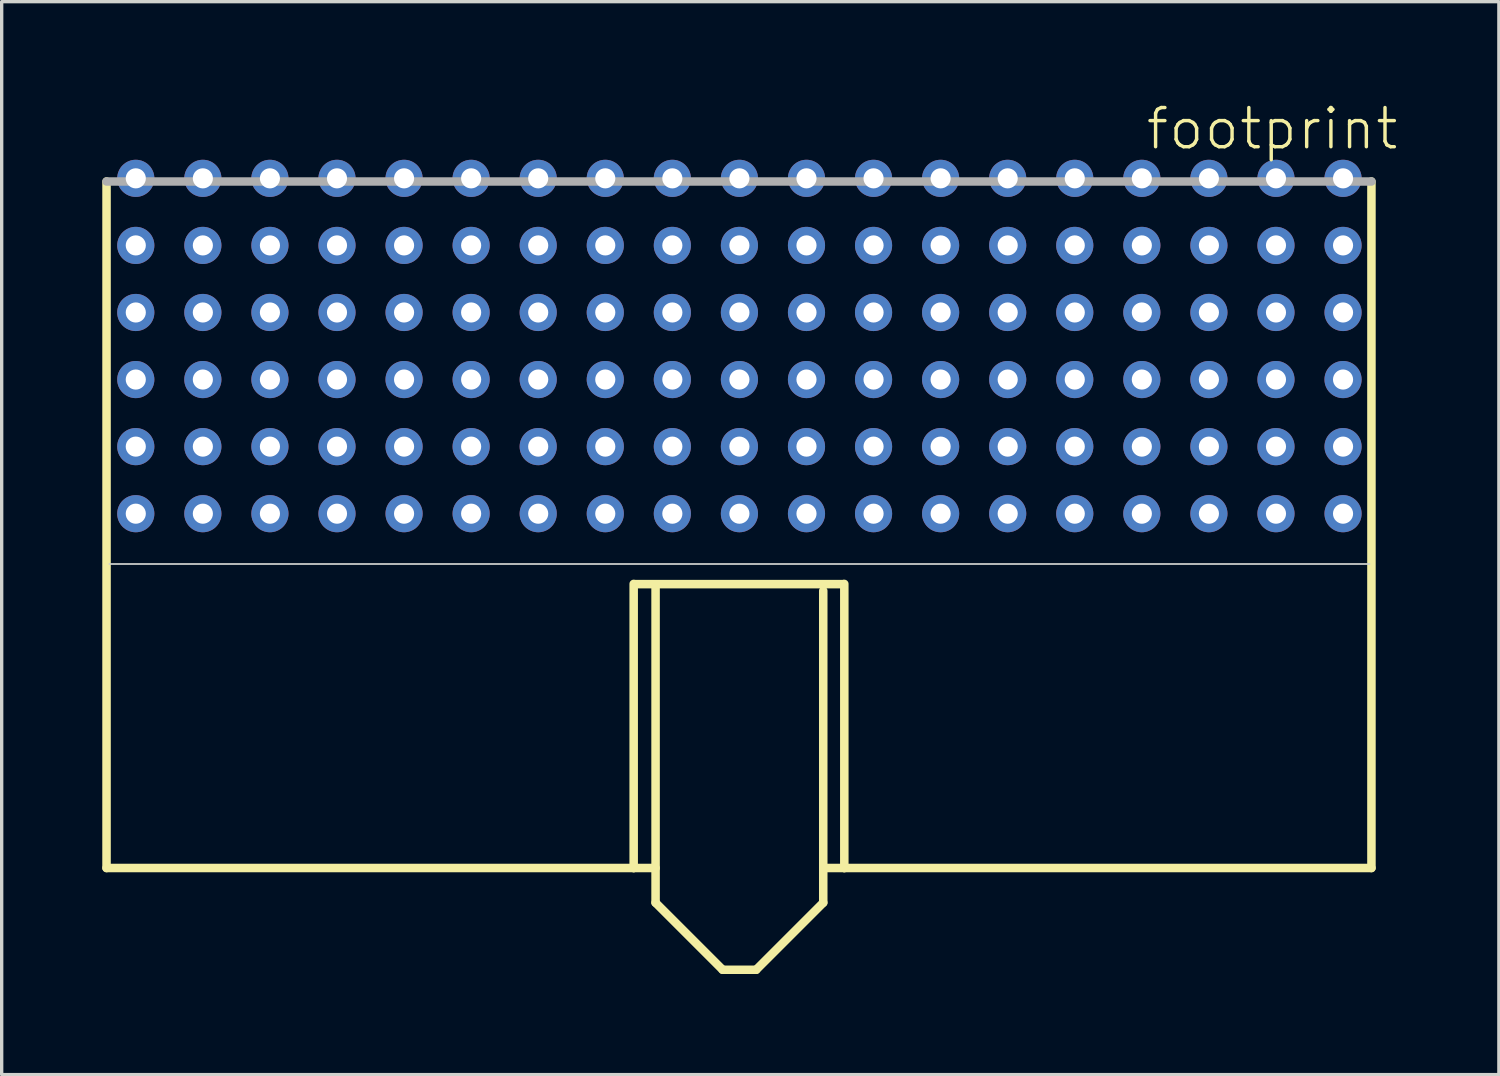
<source format=kicad_pcb>
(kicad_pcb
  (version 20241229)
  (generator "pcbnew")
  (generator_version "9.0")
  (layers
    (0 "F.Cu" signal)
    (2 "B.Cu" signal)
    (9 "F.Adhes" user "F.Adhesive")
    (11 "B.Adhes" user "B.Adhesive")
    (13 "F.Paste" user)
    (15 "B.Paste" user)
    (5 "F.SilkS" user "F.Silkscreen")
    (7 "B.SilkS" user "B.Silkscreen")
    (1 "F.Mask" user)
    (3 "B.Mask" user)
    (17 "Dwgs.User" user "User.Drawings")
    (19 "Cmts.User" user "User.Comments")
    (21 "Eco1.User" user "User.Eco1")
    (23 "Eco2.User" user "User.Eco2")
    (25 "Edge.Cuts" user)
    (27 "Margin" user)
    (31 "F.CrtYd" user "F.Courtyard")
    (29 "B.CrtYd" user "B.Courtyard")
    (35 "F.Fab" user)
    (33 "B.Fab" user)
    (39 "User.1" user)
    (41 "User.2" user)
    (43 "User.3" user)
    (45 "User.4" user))
  (footprint "footprint"
    (layer "F.Cu")
    (at 18.999 13.538)
    (property "Reference" "footprint" (at 12.065 -12.065 0) (layer "F.SilkS") (effects (font (size 1.168 1.168) (thickness 0.102)) (justify left bottom)))
    (fp_line (start -18.872 -11.176) (end -18.872 9.296) (stroke (width 0.254) (type solid)) (layer "F.SilkS"))
    (fp_line (start -18.872 9.296) (end -3.153 9.296) (stroke (width 0.254) (type solid)) (layer "F.SilkS"))
    (fp_line (start -3.153 9.296) (end -3.153 0.824) (stroke (width 0.254) (type solid)) (layer "F.SilkS"))
    (fp_line (start -3.153 9.296) (end -2.5 9.296) (stroke (width 0.254) (type solid)) (layer "F.SilkS"))
    (fp_line (start -3.1 0.83) (end 3.1 0.83) (stroke (width 0.254) (type solid)) (layer "F.SilkS"))
    (fp_line (start -2.5 10.33) (end -2.5 0.93) (stroke (width 0.254) (type solid)) (layer "F.SilkS"))
    (fp_line (start -2.5 10.33) (end -0.5 12.33) (stroke (width 0.254) (type solid)) (layer "F.SilkS"))
    (fp_line (start -0.5 12.33) (end 0.5 12.33) (stroke (width 0.254) (type solid)) (layer "F.SilkS"))
    (fp_line (start 0.5 12.33) (end 2.5 10.33) (stroke (width 0.254) (type solid)) (layer "F.SilkS"))
    (fp_line (start 2.5 9.296) (end 3.128 9.296) (stroke (width 0.254) (type solid)) (layer "F.SilkS"))
    (fp_line (start 2.5 10.33) (end 2.5 1.03) (stroke (width 0.254) (type solid)) (layer "F.SilkS"))
    (fp_line (start 3.128 0.824) (end 3.128 9.296) (stroke (width 0.254) (type solid)) (layer "F.SilkS"))
    (fp_line (start 3.128 9.296) (end 18.847 9.296) (stroke (width 0.254) (type solid)) (layer "F.SilkS"))
    (fp_line (start 18.847 9.296) (end 18.847 -11.176) (stroke (width 0.254) (type solid)) (layer "F.SilkS"))
    (fp_line (start -18.789 0.23) (end 18.789 0.23) (stroke (width 0.051) (type solid)) (layer "Edge.Cuts"))
    (fp_line (start 18.847 -11.176) (end -18.872 -11.176) (stroke (width 0.254) (type solid)) (layer "F.Fab"))
    (pad "A1" thru_hole circle (at 18 -1.27) (size 1.108 1.108) (drill 0.6) (layers "*.Cu" "*.Mask"))
    (pad "A2" thru_hole circle (at 16 -1.27) (size 1.108 1.108) (drill 0.6) (layers "*.Cu" "*.Mask"))
    (pad "A3" thru_hole circle (at 14 -1.27) (size 1.108 1.108) (drill 0.6) (layers "*.Cu" "*.Mask"))
    (pad "A4" thru_hole circle (at 12 -1.27) (size 1.108 1.108) (drill 0.6) (layers "*.Cu" "*.Mask"))
    (pad "A5" thru_hole circle (at 10 -1.27) (size 1.108 1.108) (drill 0.6) (layers "*.Cu" "*.Mask"))
    (pad "A6" thru_hole circle (at 8 -1.27) (size 1.108 1.108) (drill 0.6) (layers "*.Cu" "*.Mask"))
    (pad "A7" thru_hole circle (at 6 -1.27) (size 1.108 1.108) (drill 0.6) (layers "*.Cu" "*.Mask"))
    (pad "A8" thru_hole circle (at 4 -1.27) (size 1.108 1.108) (drill 0.6) (layers "*.Cu" "*.Mask"))
    (pad "A9" thru_hole circle (at 2 -1.27) (size 1.108 1.108) (drill 0.6) (layers "*.Cu" "*.Mask"))
    (pad "A10" thru_hole circle (at 0 -1.27) (size 1.108 1.108) (drill 0.6) (layers "*.Cu" "*.Mask"))
    (pad "A11" thru_hole circle (at -2 -1.27) (size 1.108 1.108) (drill 0.6) (layers "*.Cu" "*.Mask"))
    (pad "A12" thru_hole circle (at -4 -1.27) (size 1.108 1.108) (drill 0.6) (layers "*.Cu" "*.Mask"))
    (pad "A13" thru_hole circle (at -6 -1.27) (size 1.108 1.108) (drill 0.6) (layers "*.Cu" "*.Mask"))
    (pad "A14" thru_hole circle (at -8 -1.27) (size 1.108 1.108) (drill 0.6) (layers "*.Cu" "*.Mask"))
    (pad "A15" thru_hole circle (at -10 -1.27) (size 1.108 1.108) (drill 0.6) (layers "*.Cu" "*.Mask"))
    (pad "A16" thru_hole circle (at -12 -1.27) (size 1.108 1.108) (drill 0.6) (layers "*.Cu" "*.Mask"))
    (pad "A17" thru_hole circle (at -14 -1.27) (size 1.108 1.108) (drill 0.6) (layers "*.Cu" "*.Mask"))
    (pad "A18" thru_hole circle (at -16 -1.27) (size 1.108 1.108) (drill 0.6) (layers "*.Cu" "*.Mask"))
    (pad "A19" thru_hole circle (at -18 -1.27) (size 1.108 1.108) (drill 0.6) (layers "*.Cu" "*.Mask"))
    (pad "B1" thru_hole circle (at 18 -3.27) (size 1.108 1.108) (drill 0.6) (layers "*.Cu" "*.Mask"))
    (pad "B2" thru_hole circle (at 16 -3.27) (size 1.108 1.108) (drill 0.6) (layers "*.Cu" "*.Mask"))
    (pad "B3" thru_hole circle (at 14 -3.27) (size 1.108 1.108) (drill 0.6) (layers "*.Cu" "*.Mask"))
    (pad "B4" thru_hole circle (at 12 -3.27) (size 1.108 1.108) (drill 0.6) (layers "*.Cu" "*.Mask"))
    (pad "B5" thru_hole circle (at 10 -3.27) (size 1.108 1.108) (drill 0.6) (layers "*.Cu" "*.Mask"))
    (pad "B6" thru_hole circle (at 8 -3.27) (size 1.108 1.108) (drill 0.6) (layers "*.Cu" "*.Mask"))
    (pad "B7" thru_hole circle (at 6 -3.27) (size 1.108 1.108) (drill 0.6) (layers "*.Cu" "*.Mask"))
    (pad "B8" thru_hole circle (at 4 -3.27) (size 1.108 1.108) (drill 0.6) (layers "*.Cu" "*.Mask"))
    (pad "B9" thru_hole circle (at 2 -3.27) (size 1.108 1.108) (drill 0.6) (layers "*.Cu" "*.Mask"))
    (pad "B10" thru_hole circle (at 0 -3.27) (size 1.108 1.108) (drill 0.6) (layers "*.Cu" "*.Mask"))
    (pad "B11" thru_hole circle (at -2 -3.27) (size 1.108 1.108) (drill 0.6) (layers "*.Cu" "*.Mask"))
    (pad "B12" thru_hole circle (at -4 -3.27) (size 1.108 1.108) (drill 0.6) (layers "*.Cu" "*.Mask"))
    (pad "B13" thru_hole circle (at -6 -3.27) (size 1.108 1.108) (drill 0.6) (layers "*.Cu" "*.Mask"))
    (pad "B14" thru_hole circle (at -8 -3.27) (size 1.108 1.108) (drill 0.6) (layers "*.Cu" "*.Mask"))
    (pad "B15" thru_hole circle (at -10 -3.27) (size 1.108 1.108) (drill 0.6) (layers "*.Cu" "*.Mask"))
    (pad "B16" thru_hole circle (at -12 -3.27) (size 1.108 1.108) (drill 0.6) (layers "*.Cu" "*.Mask"))
    (pad "B17" thru_hole circle (at -14 -3.27) (size 1.108 1.108) (drill 0.6) (layers "*.Cu" "*.Mask"))
    (pad "B18" thru_hole circle (at -16 -3.27) (size 1.108 1.108) (drill 0.6) (layers "*.Cu" "*.Mask"))
    (pad "B19" thru_hole circle (at -18 -3.27) (size 1.108 1.108) (drill 0.6) (layers "*.Cu" "*.Mask"))
    (pad "C1" thru_hole circle (at 18 -5.27) (size 1.108 1.108) (drill 0.6) (layers "*.Cu" "*.Mask"))
    (pad "C2" thru_hole circle (at 16 -5.27) (size 1.108 1.108) (drill 0.6) (layers "*.Cu" "*.Mask"))
    (pad "C3" thru_hole circle (at 14 -5.27) (size 1.108 1.108) (drill 0.6) (layers "*.Cu" "*.Mask"))
    (pad "C4" thru_hole circle (at 12 -5.27) (size 1.108 1.108) (drill 0.6) (layers "*.Cu" "*.Mask"))
    (pad "C5" thru_hole circle (at 10 -5.27) (size 1.108 1.108) (drill 0.6) (layers "*.Cu" "*.Mask"))
    (pad "C6" thru_hole circle (at 8 -5.27) (size 1.108 1.108) (drill 0.6) (layers "*.Cu" "*.Mask"))
    (pad "C7" thru_hole circle (at 6 -5.27) (size 1.108 1.108) (drill 0.6) (layers "*.Cu" "*.Mask"))
    (pad "C8" thru_hole circle (at 4 -5.27) (size 1.108 1.108) (drill 0.6) (layers "*.Cu" "*.Mask"))
    (pad "C9" thru_hole circle (at 2 -5.27) (size 1.108 1.108) (drill 0.6) (layers "*.Cu" "*.Mask"))
    (pad "C10" thru_hole circle (at 0 -5.27) (size 1.108 1.108) (drill 0.6) (layers "*.Cu" "*.Mask"))
    (pad "C11" thru_hole circle (at -2 -5.27) (size 1.108 1.108) (drill 0.6) (layers "*.Cu" "*.Mask"))
    (pad "C12" thru_hole circle (at -4 -5.27) (size 1.108 1.108) (drill 0.6) (layers "*.Cu" "*.Mask"))
    (pad "C13" thru_hole circle (at -6 -5.27) (size 1.108 1.108) (drill 0.6) (layers "*.Cu" "*.Mask"))
    (pad "C14" thru_hole circle (at -8 -5.27) (size 1.108 1.108) (drill 0.6) (layers "*.Cu" "*.Mask"))
    (pad "C15" thru_hole circle (at -10 -5.27) (size 1.108 1.108) (drill 0.6) (layers "*.Cu" "*.Mask"))
    (pad "C16" thru_hole circle (at -12 -5.27) (size 1.108 1.108) (drill 0.6) (layers "*.Cu" "*.Mask"))
    (pad "C17" thru_hole circle (at -14 -5.27) (size 1.108 1.108) (drill 0.6) (layers "*.Cu" "*.Mask"))
    (pad "C18" thru_hole circle (at -16 -5.27) (size 1.108 1.108) (drill 0.6) (layers "*.Cu" "*.Mask"))
    (pad "C19" thru_hole circle (at -18 -5.27) (size 1.108 1.108) (drill 0.6) (layers "*.Cu" "*.Mask"))
    (pad "D1" thru_hole circle (at 18 -7.27) (size 1.108 1.108) (drill 0.6) (layers "*.Cu" "*.Mask"))
    (pad "D2" thru_hole circle (at 16 -7.27) (size 1.108 1.108) (drill 0.6) (layers "*.Cu" "*.Mask"))
    (pad "D3" thru_hole circle (at 14 -7.27) (size 1.108 1.108) (drill 0.6) (layers "*.Cu" "*.Mask"))
    (pad "D4" thru_hole circle (at 12 -7.27) (size 1.108 1.108) (drill 0.6) (layers "*.Cu" "*.Mask"))
    (pad "D5" thru_hole circle (at 10 -7.27) (size 1.108 1.108) (drill 0.6) (layers "*.Cu" "*.Mask"))
    (pad "D6" thru_hole circle (at 8 -7.27) (size 1.108 1.108) (drill 0.6) (layers "*.Cu" "*.Mask"))
    (pad "D7" thru_hole circle (at 6 -7.27) (size 1.108 1.108) (drill 0.6) (layers "*.Cu" "*.Mask"))
    (pad "D8" thru_hole circle (at 4 -7.27) (size 1.108 1.108) (drill 0.6) (layers "*.Cu" "*.Mask"))
    (pad "D9" thru_hole circle (at 2 -7.27) (size 1.108 1.108) (drill 0.6) (layers "*.Cu" "*.Mask"))
    (pad "D10" thru_hole circle (at 0 -7.27) (size 1.108 1.108) (drill 0.6) (layers "*.Cu" "*.Mask"))
    (pad "D11" thru_hole circle (at -2 -7.27) (size 1.108 1.108) (drill 0.6) (layers "*.Cu" "*.Mask"))
    (pad "D12" thru_hole circle (at -4 -7.27) (size 1.108 1.108) (drill 0.6) (layers "*.Cu" "*.Mask"))
    (pad "D13" thru_hole circle (at -6 -7.27) (size 1.108 1.108) (drill 0.6) (layers "*.Cu" "*.Mask"))
    (pad "D14" thru_hole circle (at -8 -7.27) (size 1.108 1.108) (drill 0.6) (layers "*.Cu" "*.Mask"))
    (pad "D15" thru_hole circle (at -10 -7.27) (size 1.108 1.108) (drill 0.6) (layers "*.Cu" "*.Mask"))
    (pad "D16" thru_hole circle (at -12 -7.27) (size 1.108 1.108) (drill 0.6) (layers "*.Cu" "*.Mask"))
    (pad "D17" thru_hole circle (at -14 -7.27) (size 1.108 1.108) (drill 0.6) (layers "*.Cu" "*.Mask"))
    (pad "D18" thru_hole circle (at -16 -7.27) (size 1.108 1.108) (drill 0.6) (layers "*.Cu" "*.Mask"))
    (pad "D19" thru_hole circle (at -18 -7.27) (size 1.108 1.108) (drill 0.6) (layers "*.Cu" "*.Mask"))
    (pad "E1" thru_hole circle (at 18 -9.27) (size 1.108 1.108) (drill 0.6) (layers "*.Cu" "*.Mask"))
    (pad "E2" thru_hole circle (at 16 -9.27) (size 1.108 1.108) (drill 0.6) (layers "*.Cu" "*.Mask"))
    (pad "E3" thru_hole circle (at 14 -9.27) (size 1.108 1.108) (drill 0.6) (layers "*.Cu" "*.Mask"))
    (pad "E4" thru_hole circle (at 12 -9.27) (size 1.108 1.108) (drill 0.6) (layers "*.Cu" "*.Mask"))
    (pad "E5" thru_hole circle (at 10 -9.27) (size 1.108 1.108) (drill 0.6) (layers "*.Cu" "*.Mask"))
    (pad "E6" thru_hole circle (at 8 -9.27) (size 1.108 1.108) (drill 0.6) (layers "*.Cu" "*.Mask"))
    (pad "E7" thru_hole circle (at 6 -9.27) (size 1.108 1.108) (drill 0.6) (layers "*.Cu" "*.Mask"))
    (pad "E8" thru_hole circle (at 4 -9.27) (size 1.108 1.108) (drill 0.6) (layers "*.Cu" "*.Mask"))
    (pad "E9" thru_hole circle (at 2 -9.27) (size 1.108 1.108) (drill 0.6) (layers "*.Cu" "*.Mask"))
    (pad "E10" thru_hole circle (at 0 -9.27) (size 1.108 1.108) (drill 0.6) (layers "*.Cu" "*.Mask"))
    (pad "E11" thru_hole circle (at -2 -9.27) (size 1.108 1.108) (drill 0.6) (layers "*.Cu" "*.Mask"))
    (pad "E12" thru_hole circle (at -4 -9.27) (size 1.108 1.108) (drill 0.6) (layers "*.Cu" "*.Mask"))
    (pad "E13" thru_hole circle (at -6 -9.27) (size 1.108 1.108) (drill 0.6) (layers "*.Cu" "*.Mask"))
    (pad "E14" thru_hole circle (at -8 -9.27) (size 1.108 1.108) (drill 0.6) (layers "*.Cu" "*.Mask"))
    (pad "E15" thru_hole circle (at -10 -9.27) (size 1.108 1.108) (drill 0.6) (layers "*.Cu" "*.Mask"))
    (pad "E16" thru_hole circle (at -12 -9.27) (size 1.108 1.108) (drill 0.6) (layers "*.Cu" "*.Mask"))
    (pad "E17" thru_hole circle (at -14 -9.27) (size 1.108 1.108) (drill 0.6) (layers "*.Cu" "*.Mask"))
    (pad "E18" thru_hole circle (at -16 -9.27) (size 1.108 1.108) (drill 0.6) (layers "*.Cu" "*.Mask"))
    (pad "E19" thru_hole circle (at -18 -9.27) (size 1.108 1.108) (drill 0.6) (layers "*.Cu" "*.Mask"))
    (pad "F1" thru_hole circle (at 18 -11.27) (size 1.108 1.108) (drill 0.6) (layers "*.Cu" "*.Mask"))
    (pad "F2" thru_hole circle (at 16 -11.27) (size 1.108 1.108) (drill 0.6) (layers "*.Cu" "*.Mask"))
    (pad "F3" thru_hole circle (at 14 -11.27) (size 1.108 1.108) (drill 0.6) (layers "*.Cu" "*.Mask"))
    (pad "F4" thru_hole circle (at 12 -11.27) (size 1.108 1.108) (drill 0.6) (layers "*.Cu" "*.Mask"))
    (pad "F5" thru_hole circle (at 10 -11.27) (size 1.108 1.108) (drill 0.6) (layers "*.Cu" "*.Mask"))
    (pad "F6" thru_hole circle (at 8 -11.27) (size 1.108 1.108) (drill 0.6) (layers "*.Cu" "*.Mask"))
    (pad "F7" thru_hole circle (at 6 -11.27) (size 1.108 1.108) (drill 0.6) (layers "*.Cu" "*.Mask"))
    (pad "F8" thru_hole circle (at 4 -11.27) (size 1.108 1.108) (drill 0.6) (layers "*.Cu" "*.Mask"))
    (pad "F9" thru_hole circle (at 2 -11.27) (size 1.108 1.108) (drill 0.6) (layers "*.Cu" "*.Mask"))
    (pad "F10" thru_hole circle (at 0 -11.27) (size 1.108 1.108) (drill 0.6) (layers "*.Cu" "*.Mask"))
    (pad "F11" thru_hole circle (at -2 -11.27) (size 1.108 1.108) (drill 0.6) (layers "*.Cu" "*.Mask"))
    (pad "F12" thru_hole circle (at -4 -11.27) (size 1.108 1.108) (drill 0.6) (layers "*.Cu" "*.Mask"))
    (pad "F13" thru_hole circle (at -6 -11.27) (size 1.108 1.108) (drill 0.6) (layers "*.Cu" "*.Mask"))
    (pad "F14" thru_hole circle (at -8 -11.27) (size 1.108 1.108) (drill 0.6) (layers "*.Cu" "*.Mask"))
    (pad "F15" thru_hole circle (at -10 -11.27) (size 1.108 1.108) (drill 0.6) (layers "*.Cu" "*.Mask"))
    (pad "F16" thru_hole circle (at -12 -11.27) (size 1.108 1.108) (drill 0.6) (layers "*.Cu" "*.Mask"))
    (pad "F17" thru_hole circle (at -14 -11.27) (size 1.108 1.108) (drill 0.6) (layers "*.Cu" "*.Mask"))
    (pad "F18" thru_hole circle (at -16 -11.27) (size 1.108 1.108) (drill 0.6) (layers "*.Cu" "*.Mask"))
    (pad "F19" thru_hole circle (at -18 -11.27) (size 1.108 1.108) (drill 0.6) (layers "*.Cu" "*.Mask")))
  (gr_rect
    (start -3 -3)
    (end 41.646 28.995)
    (stroke (width 0.1) (type default))
    (fill no)
    (layer "Edge.Cuts")))
</source>
